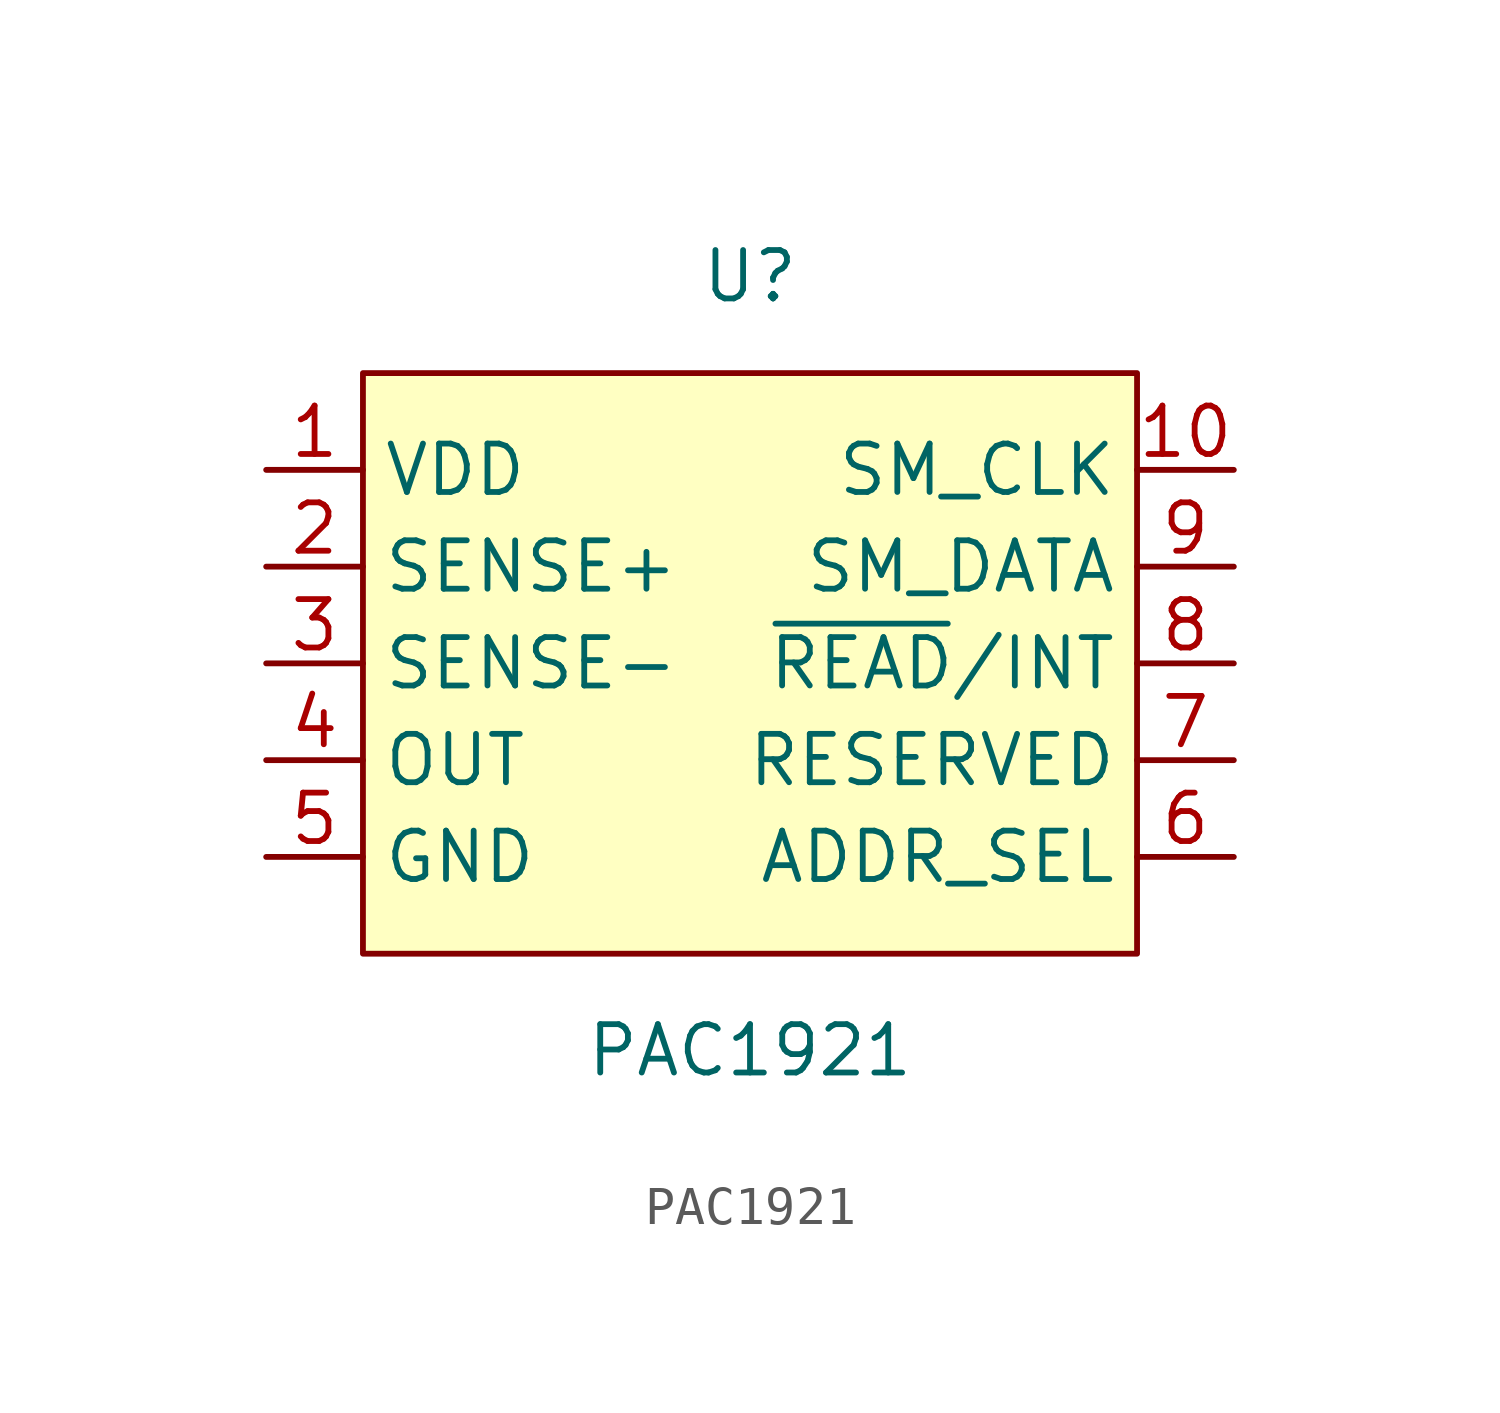
<source format=kicad_sym>
(kicad_symbol_lib
  (version 20211014)
  (generator kicad_symbol_editor)
  (symbol "PAC1921"
    (property "Reference" "U"
      (at 0 10.16 0)
      (effects (font (size 1.27 1.27))))
    (property "Value" "PAC1921"
      (at 0 -10.16 0)
      (effects (font (size 1.27 1.27))))
    (symbol "PAC1921_0_1"
      (rectangle (start -10.16 7.62) (end 10.16 -7.62) (stroke (width 0) (type default) (color 0 0 0 0)) (fill (type background))))
    (symbol "PAC1921_1_1"
      (pin power_in line (at -12.7 5.08 0) (length 2.54) (name "VDD" (effects (font (size 1.27 1.27)))) (number "1" (effects (font (size 1.27 1.27)))))
      (pin input line (at 12.7 5.08 180) (length 2.54) (name "SM_CLK" (effects (font (size 1.27 1.27)))) (number "10" (effects (font (size 1.27 1.27)))))
      (pin input line (at -12.7 2.54 0) (length 2.54) (name "SENSE+" (effects (font (size 1.27 1.27)))) (number "2" (effects (font (size 1.27 1.27)))))
      (pin input line (at -12.7 0 0) (length 2.54) (name "SENSE-" (effects (font (size 1.27 1.27)))) (number "3" (effects (font (size 1.27 1.27)))))
      (pin output line (at -12.7 -2.54 0) (length 2.54) (name "OUT" (effects (font (size 1.27 1.27)))) (number "4" (effects (font (size 1.27 1.27)))))
      (pin power_in line (at -12.7 -5.08 0) (length 2.54) (name "GND" (effects (font (size 1.27 1.27)))) (number "5" (effects (font (size 1.27 1.27)))))
      (pin input line (at 12.7 -5.08 180) (length 2.54) (name "ADDR_SEL" (effects (font (size 1.27 1.27)))) (number "6" (effects (font (size 1.27 1.27)))))
      (pin passive line (at 12.7 -2.54 180) (length 2.54) (name "RESERVED" (effects (font (size 1.27 1.27)))) (number "7" (effects (font (size 1.27 1.27)))))
      (pin input line (at 12.7 0 180) (length 2.54) (name "~{READ}/INT" (effects (font (size 1.27 1.27)))) (number "8" (effects (font (size 1.27 1.27)))))
      (pin bidirectional line (at 12.7 2.54 180) (length 2.54) (name "SM_DATA" (effects (font (size 1.27 1.27)))) (number "9" (effects (font (size 1.27 1.27))))))))
</source>
